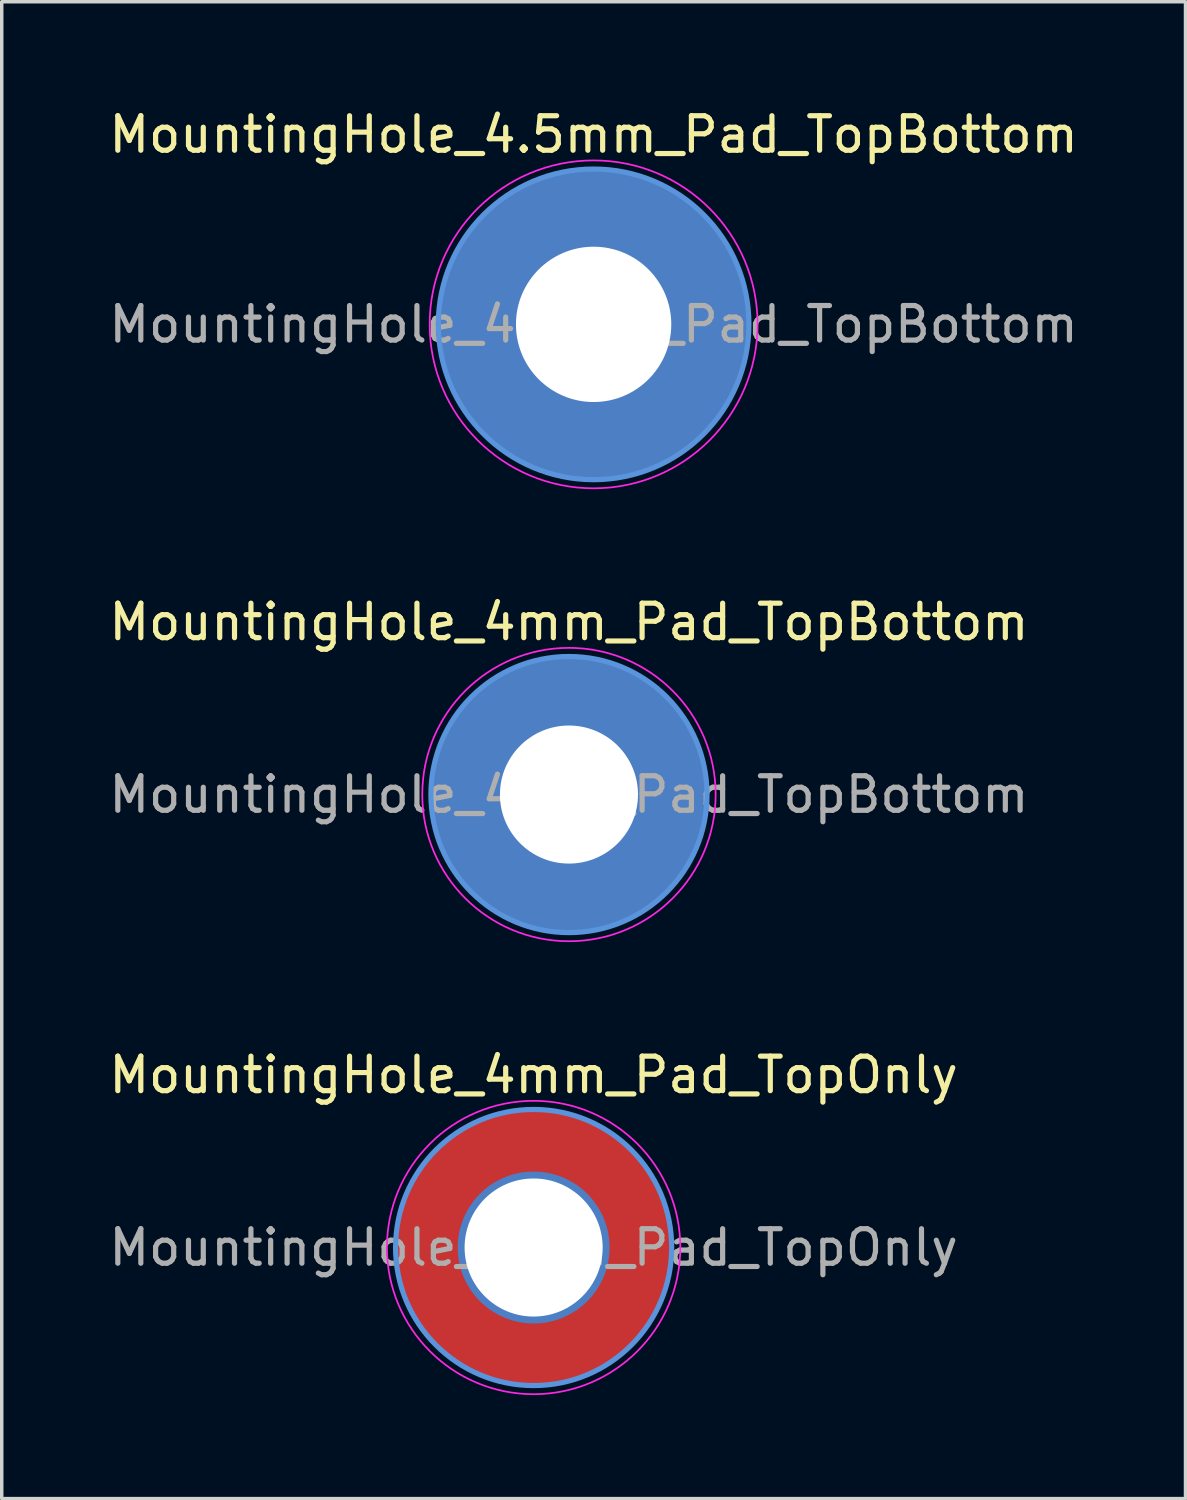
<source format=kicad_pcb>
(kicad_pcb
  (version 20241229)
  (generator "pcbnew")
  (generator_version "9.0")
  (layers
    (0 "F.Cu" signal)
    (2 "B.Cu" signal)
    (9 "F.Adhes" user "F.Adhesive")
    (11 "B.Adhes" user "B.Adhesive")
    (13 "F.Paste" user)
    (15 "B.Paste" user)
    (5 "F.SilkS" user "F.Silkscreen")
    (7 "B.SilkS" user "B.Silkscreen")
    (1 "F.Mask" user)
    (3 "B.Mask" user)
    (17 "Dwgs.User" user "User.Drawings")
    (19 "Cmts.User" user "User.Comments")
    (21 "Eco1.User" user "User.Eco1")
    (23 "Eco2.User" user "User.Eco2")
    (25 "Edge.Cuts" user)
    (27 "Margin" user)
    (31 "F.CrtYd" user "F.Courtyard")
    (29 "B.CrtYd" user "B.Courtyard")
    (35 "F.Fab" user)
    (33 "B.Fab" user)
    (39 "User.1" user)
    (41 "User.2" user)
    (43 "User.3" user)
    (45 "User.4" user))
  (footprint "MountingHole_4mm_Pad_TopBottom"
    (layer "F.Cu")
    (at 13.435 19.971)
    (property "Reference" "MountingHole_4mm_Pad_TopBottom" (at 0 -5 0) (layer "F.SilkS") (effects (font (size 1 1) (thickness 0.15))))
    (attr exclude_from_pos_files exclude_from_bom)
    (fp_circle (center 0 0) (end 4 0) (stroke (width 0.15) (type solid)) (fill no) (layer "Cmts.User"))
    (fp_circle (center 0 0) (end 4.25 0) (stroke (width 0.05) (type solid)) (fill no) (layer "F.CrtYd"))
    (fp_text user "${REFERENCE}" (at 0 0 0) (layer "F.Fab") (effects (font (size 1 1) (thickness 0.15))))
    (pad "1" thru_hole circle (at 0 0) (size 4.4 4.4) (drill 4) (layers "*.Cu" "*.Mask"))
    (pad "1" connect circle (at 0 0) (size 8 8) (layers "F.Cu" "F.Mask"))
    (pad "1" connect circle (at 0 0) (size 8 8) (layers "B.Cu" "B.Mask")))
  (footprint "MountingHole_4.5mm_Pad_TopBottom"
    (layer "F.Cu")
    (at 14.149 6.348)
    (property "Reference" "MountingHole_4.5mm_Pad_TopBottom" (at 0 -5.5 0) (layer "F.SilkS") (effects (font (size 1 1) (thickness 0.15))))
    (attr exclude_from_pos_files exclude_from_bom)
    (fp_circle (center 0 0) (end 4.5 0) (stroke (width 0.15) (type solid)) (fill no) (layer "Cmts.User"))
    (fp_circle (center 0 0) (end 4.75 0) (stroke (width 0.05) (type solid)) (fill no) (layer "F.CrtYd"))
    (fp_text user "${REFERENCE}" (at 0 0 0) (layer "F.Fab") (effects (font (size 1 1) (thickness 0.15))))
    (pad "1" thru_hole circle (at 0 0) (size 4.9 4.9) (drill 4.5) (layers "*.Cu" "*.Mask"))
    (pad "1" connect circle (at 0 0) (size 9 9) (layers "F.Cu" "F.Mask"))
    (pad "1" connect circle (at 0 0) (size 9 9) (layers "B.Cu" "B.Mask")))
  (footprint "MountingHole_4mm_Pad_TopOnly"
    (layer "F.Cu")
    (at 12.411 33.095)
    (property "Reference" "MountingHole_4mm_Pad_TopOnly" (at 0 -5 0) (layer "F.SilkS") (effects (font (size 1 1) (thickness 0.15))))
    (attr exclude_from_pos_files exclude_from_bom)
    (fp_circle (center 0 0) (end 4 0) (stroke (width 0.15) (type solid)) (fill no) (layer "Cmts.User"))
    (fp_circle (center 0 0) (end 4.25 0) (stroke (width 0.05) (type solid)) (fill no) (layer "F.CrtYd"))
    (fp_text user "${REFERENCE}" (at 0 0 0) (layer "F.Fab") (effects (font (size 1 1) (thickness 0.15))))
    (pad "1" thru_hole circle (at 0 0) (size 4.4 4.4) (drill 4) (layers "*.Cu" "*.Mask"))
    (pad "1" connect circle (at 0 0) (size 8 8) (layers "F.Cu" "F.Mask")))
  (gr_rect
    (start -3 -3)
    (end 31.298 40.37)
    (stroke (width 0.1) (type default))
    (fill no)
    (layer "Edge.Cuts")))
</source>
